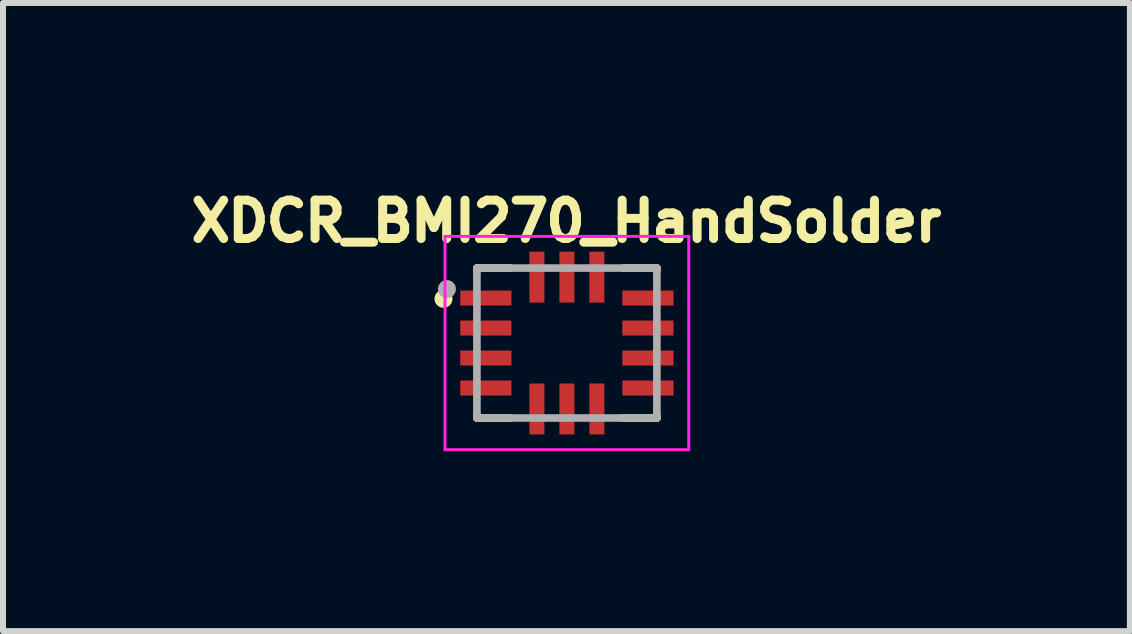
<source format=kicad_pcb>
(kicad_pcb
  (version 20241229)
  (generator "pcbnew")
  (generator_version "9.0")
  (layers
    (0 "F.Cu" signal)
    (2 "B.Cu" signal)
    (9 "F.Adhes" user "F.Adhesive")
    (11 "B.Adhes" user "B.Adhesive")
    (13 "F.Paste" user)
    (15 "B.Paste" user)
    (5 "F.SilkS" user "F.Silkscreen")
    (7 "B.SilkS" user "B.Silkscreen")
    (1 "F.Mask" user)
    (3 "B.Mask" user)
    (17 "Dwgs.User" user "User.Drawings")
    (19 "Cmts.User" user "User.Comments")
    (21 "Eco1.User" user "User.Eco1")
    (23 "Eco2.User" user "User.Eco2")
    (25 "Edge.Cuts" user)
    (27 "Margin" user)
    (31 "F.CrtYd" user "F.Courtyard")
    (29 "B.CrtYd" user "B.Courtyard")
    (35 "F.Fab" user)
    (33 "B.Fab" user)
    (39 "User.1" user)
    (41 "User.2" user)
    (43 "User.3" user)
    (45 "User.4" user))
  (footprint "XDCR_BMI270_HandSolder"
    (layer "F.Cu")
    (at 6.401 2.669)
    (property "Reference" "XDCR_BMI270_HandSolder" (at -0.008 -2.031 0) (layer "F.SilkS") (effects (font (size 0.64 0.64) (thickness 0.15))))
    (attr smd)
    (fp_line (start -1.5 -1.25) (end -1.5 -1.195) (stroke (width 0.127) (type solid)) (layer "F.SilkS"))
    (fp_line (start -1.5 -1.25) (end -0.945 -1.25) (stroke (width 0.127) (type solid)) (layer "F.SilkS"))
    (fp_line (start -1.5 1.195) (end -1.5 1.25) (stroke (width 0.127) (type solid)) (layer "F.SilkS"))
    (fp_line (start -1.5 1.25) (end -0.945 1.25) (stroke (width 0.127) (type solid)) (layer "F.SilkS"))
    (fp_line (start 0.945 -1.25) (end 1.5 -1.25) (stroke (width 0.127) (type solid)) (layer "F.SilkS"))
    (fp_line (start 0.945 1.25) (end 1.5 1.25) (stroke (width 0.127) (type solid)) (layer "F.SilkS"))
    (fp_line (start 1.5 -1.25) (end 1.5 -1.195) (stroke (width 0.127) (type solid)) (layer "F.SilkS"))
    (fp_line (start 1.5 1.195) (end 1.5 1.25) (stroke (width 0.127) (type solid)) (layer "F.SilkS"))
    (fp_circle (center -2.057 -0.737) (end -1.982 -0.737) (stroke (width 0.15) (type solid)) (fill no) (layer "F.SilkS"))
    (fp_line (start -2.032 -1.778) (end 2.032 -1.778) (stroke (width 0.05) (type solid)) (layer "F.CrtYd"))
    (fp_line (start -2.032 1.778) (end -2.032 -1.778) (stroke (width 0.05) (type solid)) (layer "F.CrtYd"))
    (fp_line (start 2.032 -1.778) (end 2.032 1.778) (stroke (width 0.05) (type solid)) (layer "F.CrtYd"))
    (fp_line (start 2.032 1.778) (end -2.032 1.778) (stroke (width 0.05) (type solid)) (layer "F.CrtYd"))
    (fp_line (start -1.5 -1.25) (end -1.5 1.25) (stroke (width 0.127) (type solid)) (layer "F.Fab"))
    (fp_line (start -1.5 1.25) (end 1.5 1.25) (stroke (width 0.127) (type solid)) (layer "F.Fab"))
    (fp_line (start 1.5 -1.25) (end -1.5 -1.25) (stroke (width 0.127) (type solid)) (layer "F.Fab"))
    (fp_line (start 1.5 1.25) (end 1.5 -1.25) (stroke (width 0.127) (type solid)) (layer "F.Fab"))
    (fp_circle (center -2 -0.9) (end -1.925 -0.9) (stroke (width 0.15) (type solid)) (fill no) (layer "F.Fab"))
    (pad "1" smd rect (at -1.351 -0.75) (size 0.853 0.25) (layers "F.Cu" "F.Mask" "F.Paste"))
    (pad "2" smd rect (at -1.351 -0.25) (size 0.853 0.25) (layers "F.Cu" "F.Mask" "F.Paste"))
    (pad "3" smd rect (at -1.351 0.25) (size 0.853 0.25) (layers "F.Cu" "F.Mask" "F.Paste"))
    (pad "4" smd rect (at -1.351 0.75) (size 0.853 0.25) (layers "F.Cu" "F.Mask" "F.Paste"))
    (pad "5" smd rect (at -0.5 1.099 90) (size 0.849 0.25) (layers "F.Cu" "F.Mask" "F.Paste"))
    (pad "6" smd rect (at 0 1.099 90) (size 0.849 0.25) (layers "F.Cu" "F.Mask" "F.Paste"))
    (pad "7" smd rect (at 0.5 1.099 90) (size 0.849 0.25) (layers "F.Cu" "F.Mask" "F.Paste"))
    (pad "8" smd rect (at 1.351 0.75) (size 0.853 0.25) (layers "F.Cu" "F.Mask" "F.Paste"))
    (pad "9" smd rect (at 1.351 0.25) (size 0.853 0.25) (layers "F.Cu" "F.Mask" "F.Paste"))
    (pad "10" smd rect (at 1.351 -0.25) (size 0.853 0.25) (layers "F.Cu" "F.Mask" "F.Paste"))
    (pad "11" smd rect (at 1.351 -0.75) (size 0.853 0.25) (layers "F.Cu" "F.Mask" "F.Paste"))
    (pad "12" smd rect (at 0.5 -1.099 90) (size 0.849 0.25) (layers "F.Cu" "F.Mask" "F.Paste"))
    (pad "13" smd rect (at 0 -1.099 90) (size 0.849 0.25) (layers "F.Cu" "F.Mask" "F.Paste"))
    (pad "14" smd rect (at -0.5 -1.099 90) (size 0.849 0.25) (layers "F.Cu" "F.Mask" "F.Paste")))
  (gr_rect
    (start -3 -3)
    (end 15.787 7.472)
    (stroke (width 0.1) (type default))
    (fill no)
    (layer "Edge.Cuts")))
</source>
